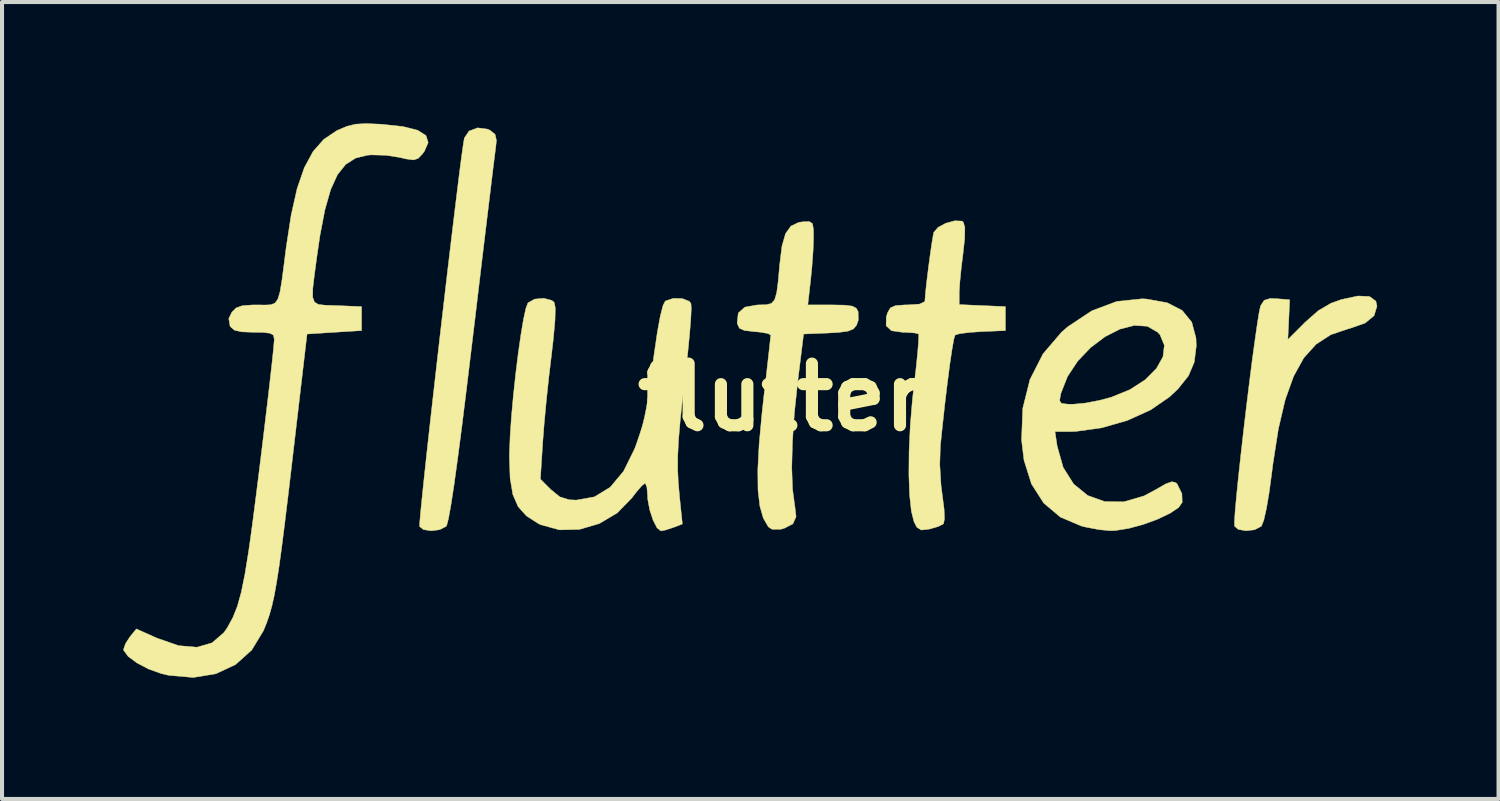
<source format=kicad_pcb>
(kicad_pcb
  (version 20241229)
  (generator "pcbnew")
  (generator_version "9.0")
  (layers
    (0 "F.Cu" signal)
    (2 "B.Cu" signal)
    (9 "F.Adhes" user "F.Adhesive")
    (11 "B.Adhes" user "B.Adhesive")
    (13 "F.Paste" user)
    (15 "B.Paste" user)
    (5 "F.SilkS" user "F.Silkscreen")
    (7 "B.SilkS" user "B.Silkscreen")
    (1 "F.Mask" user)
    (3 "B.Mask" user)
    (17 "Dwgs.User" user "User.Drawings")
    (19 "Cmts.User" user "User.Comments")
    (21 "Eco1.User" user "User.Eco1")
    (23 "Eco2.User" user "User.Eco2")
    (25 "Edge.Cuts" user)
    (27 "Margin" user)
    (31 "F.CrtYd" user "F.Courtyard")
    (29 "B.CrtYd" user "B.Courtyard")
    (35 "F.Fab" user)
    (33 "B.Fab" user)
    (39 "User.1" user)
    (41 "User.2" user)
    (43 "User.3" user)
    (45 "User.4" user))
  (footprint "flutter"
    (layer "F.Cu")
    (at 16.261 6.774)
    (property "Reference" "flutter" (at 0 0 0) (layer "F.SilkS") (effects (font (size 1.524 1.524) (thickness 0.3))))
    (attr through_hole)
    (fp_poly (pts (xy -7.26 -6.632) (xy -7.195 -6.603) (xy -7.072 -6.505) (xy -7.038 -6.354) (xy -7.054 -6.194) (xy -7.072 -6.052) (xy -7.109 -5.759) (xy -7.161 -5.331) (xy -7.227 -4.786) (xy -7.305 -4.14) (xy -7.393 -3.41) (xy -7.488 -2.614) (xy -7.589 -1.767) (xy -7.633 -1.405) (xy -7.771 -0.262) (xy -7.892 0.715) (xy -7.998 1.527) (xy -8.088 2.176) (xy -8.163 2.663) (xy -8.222 2.992) (xy -8.266 3.163) (xy -8.28 3.188) (xy -8.442 3.272) (xy -8.654 3.299) (xy -8.845 3.268) (xy -8.938 3.192) (xy -8.934 3.094) (xy -8.913 2.846) (xy -8.875 2.467) (xy -8.824 1.975) (xy -8.761 1.389) (xy -8.688 0.728) (xy -8.607 0.008) (xy -8.521 -0.75) (xy -8.432 -1.529) (xy -8.341 -2.31) (xy -8.252 -3.074) (xy -8.165 -3.804) (xy -8.084 -4.481) (xy -8.01 -5.085) (xy -7.946 -5.6) (xy -7.893 -6.006) (xy -7.853 -6.285) (xy -7.831 -6.412) (xy -7.715 -6.584) (xy -7.505 -6.663) (xy -7.26 -6.632)) (stroke (width 0.01) (type solid)) (fill yes) (layer "F.SilkS"))
    (fp_poly (pts (xy 14.55 -2.493) (xy 14.704 -2.38) (xy 14.732 -2.255) (xy 14.659 -2.018) (xy 14.437 -1.836) (xy 14.058 -1.704) (xy 14.02 -1.695) (xy 13.591 -1.55) (xy 13.227 -1.314) (xy 12.922 -0.976) (xy 12.67 -0.521) (xy 12.462 0.061) (xy 12.293 0.783) (xy 12.157 1.659) (xy 12.136 1.826) (xy 12.068 2.336) (xy 11.999 2.747) (xy 11.933 3.037) (xy 11.876 3.182) (xy 11.871 3.187) (xy 11.707 3.273) (xy 11.493 3.298) (xy 11.302 3.264) (xy 11.211 3.185) (xy 11.208 3.071) (xy 11.225 2.814) (xy 11.259 2.439) (xy 11.306 1.972) (xy 11.364 1.438) (xy 11.429 0.861) (xy 11.499 0.267) (xy 11.571 -0.319) (xy 11.641 -0.873) (xy 11.708 -1.367) (xy 11.767 -1.779) (xy 11.815 -2.083) (xy 11.851 -2.252) (xy 11.857 -2.27) (xy 11.943 -2.4) (xy 12.089 -2.445) (xy 12.256 -2.439) (xy 12.573 -2.413) (xy 12.551 -1.921) (xy 12.528 -1.429) (xy 12.955 -1.856) (xy 13.281 -2.144) (xy 13.594 -2.327) (xy 13.851 -2.419) (xy 14.264 -2.507) (xy 14.55 -2.493)) (stroke (width 0.01) (type solid)) (fill yes) (layer "F.SilkS"))
    (fp_poly (pts (xy 0.775 -4.296) (xy 0.8 -4.155) (xy 0.802 -3.937) (xy 0.791 -3.627) (xy 0.763 -3.238) (xy 0.73 -2.9) (xy 0.66 -2.286) (xy 1.256 -2.286) (xy 1.574 -2.28) (xy 1.762 -2.256) (xy 1.86 -2.202) (xy 1.904 -2.12) (xy 1.909 -1.912) (xy 1.866 -1.785) (xy 1.79 -1.693) (xy 1.654 -1.637) (xy 1.42 -1.605) (xy 1.166 -1.591) (xy 0.556 -1.566) (xy 0.41 -0.381) (xy 0.328 0.388) (xy 0.28 1.103) (xy 0.264 1.738) (xy 0.282 2.264) (xy 0.334 2.654) (xy 0.337 2.667) (xy 0.37 2.95) (xy 0.291 3.127) (xy 0.079 3.236) (xy -0.006 3.26) (xy -0.223 3.261) (xy -0.315 3.202) (xy -0.44 2.987) (xy -0.525 2.69) (xy -0.571 2.296) (xy -0.576 1.789) (xy -0.543 1.154) (xy -0.471 0.377) (xy -0.425 -0.042) (xy -0.369 -0.518) (xy -0.322 -0.935) (xy -0.285 -1.264) (xy -0.262 -1.475) (xy -0.255 -1.541) (xy -0.33 -1.58) (xy -0.523 -1.613) (xy -0.656 -1.625) (xy -0.905 -1.653) (xy -1.031 -1.709) (xy -1.081 -1.818) (xy -1.086 -1.846) (xy -1.059 -2.085) (xy -0.896 -2.231) (xy -0.591 -2.285) (xy -0.546 -2.286) (xy -0.364 -2.291) (xy -0.24 -2.323) (xy -0.16 -2.413) (xy -0.109 -2.587) (xy -0.071 -2.874) (xy -0.035 -3.285) (xy 0.021 -3.739) (xy 0.109 -4.047) (xy 0.243 -4.235) (xy 0.436 -4.326) (xy 0.55 -4.342) (xy 0.701 -4.345) (xy 0.775 -4.296)) (stroke (width 0.01) (type solid)) (fill yes) (layer "F.SilkS"))
    (fp_poly (pts (xy 4.467 -4.358) (xy 4.504 -4.335) (xy 4.543 -4.201) (xy 4.537 -3.917) (xy 4.497 -3.55) (xy 4.452 -3.184) (xy 4.419 -2.849) (xy 4.403 -2.605) (xy 4.403 -2.573) (xy 4.403 -2.294) (xy 5.546 -2.244) (xy 5.546 -1.651) (xy 4.953 -1.626) (xy 4.65 -1.605) (xy 4.417 -1.575) (xy 4.303 -1.542) (xy 4.302 -1.541) (xy 4.27 -1.436) (xy 4.226 -1.188) (xy 4.171 -0.821) (xy 4.111 -0.358) (xy 4.047 0.173) (xy 3.984 0.751) (xy 3.937 1.204) (xy 3.923 1.661) (xy 3.953 2.166) (xy 3.985 2.415) (xy 4.029 2.756) (xy 4.039 3.005) (xy 4.014 3.127) (xy 4.013 3.128) (xy 3.882 3.194) (xy 3.671 3.255) (xy 3.662 3.257) (xy 3.465 3.28) (xy 3.356 3.212) (xy 3.286 3.076) (xy 3.22 2.814) (xy 3.177 2.415) (xy 3.159 1.909) (xy 3.164 1.328) (xy 3.193 0.702) (xy 3.246 0.062) (xy 3.284 -0.277) (xy 3.336 -0.718) (xy 3.375 -1.096) (xy 3.398 -1.381) (xy 3.403 -1.543) (xy 3.399 -1.568) (xy 3.297 -1.593) (xy 3.089 -1.607) (xy 3.001 -1.609) (xy 2.727 -1.648) (xy 2.596 -1.772) (xy 2.601 -1.993) (xy 2.635 -2.099) (xy 2.702 -2.213) (xy 2.829 -2.269) (xy 3.064 -2.286) (xy 3.13 -2.286) (xy 3.417 -2.305) (xy 3.547 -2.364) (xy 3.556 -2.394) (xy 3.567 -2.556) (xy 3.596 -2.828) (xy 3.637 -3.162) (xy 3.682 -3.505) (xy 3.726 -3.808) (xy 3.762 -4.021) (xy 3.775 -4.08) (xy 3.881 -4.204) (xy 4.076 -4.307) (xy 4.294 -4.366) (xy 4.467 -4.358)) (stroke (width 0.01) (type solid)) (fill yes) (layer "F.SilkS"))
    (fp_poly (pts (xy 9.038 -2.431) (xy 9.546 -2.339) (xy 9.915 -2.15) (xy 10.152 -1.86) (xy 10.257 -1.467) (xy 10.264 -1.268) (xy 10.215 -0.872) (xy 10.072 -0.534) (xy 9.811 -0.207) (xy 9.604 -0.013) (xy 9.139 0.308) (xy 8.562 0.57) (xy 7.926 0.753) (xy 7.284 0.842) (xy 7.099 0.847) (xy 6.771 0.847) (xy 6.825 1.206) (xy 6.974 1.733) (xy 7.233 2.143) (xy 7.582 2.427) (xy 8.002 2.576) (xy 8.472 2.582) (xy 8.972 2.436) (xy 9.259 2.283) (xy 9.509 2.139) (xy 9.663 2.085) (xy 9.76 2.11) (xy 9.786 2.133) (xy 9.909 2.379) (xy 9.916 2.595) (xy 9.828 2.723) (xy 9.612 2.867) (xy 9.308 3.012) (xy 8.956 3.141) (xy 8.595 3.239) (xy 8.263 3.292) (xy 8.134 3.296) (xy 7.862 3.27) (xy 7.539 3.209) (xy 7.426 3.182) (xy 6.905 2.961) (xy 6.492 2.613) (xy 6.19 2.142) (xy 6.005 1.554) (xy 5.944 1.051) (xy 5.975 0.268) (xy 6.022 0.08) (xy 6.885 0.08) (xy 6.93 0.148) (xy 7.083 0.168) (xy 7.228 0.169) (xy 7.51 0.143) (xy 7.866 0.075) (xy 8.164 -0.004) (xy 8.625 -0.192) (xy 9.001 -0.435) (xy 9.278 -0.712) (xy 9.441 -1.004) (xy 9.475 -1.289) (xy 9.367 -1.548) (xy 9.313 -1.609) (xy 9.054 -1.758) (xy 8.734 -1.779) (xy 8.376 -1.687) (xy 8.007 -1.499) (xy 7.651 -1.23) (xy 7.334 -0.898) (xy 7.082 -0.518) (xy 6.919 -0.106) (xy 6.909 -0.064) (xy 6.885 0.08) (xy 6.022 0.08) (xy 6.153 -0.443) (xy 6.474 -1.074) (xy 6.934 -1.613) (xy 7.089 -1.747) (xy 7.683 -2.141) (xy 8.298 -2.372) (xy 8.924 -2.437) (xy 9.038 -2.431)) (stroke (width 0.01) (type solid)) (fill yes) (layer "F.SilkS"))
    (fp_poly (pts (xy -5.669 -2.398) (xy -5.61 -2.349) (xy -5.582 -2.21) (xy -5.59 -1.905) (xy -5.632 -1.436) (xy -5.681 -1.016) (xy -5.745 -0.477) (xy -5.806 0.098) (xy -5.857 0.643) (xy -5.892 1.092) (xy -5.894 1.116) (xy -5.951 2.02) (xy -5.692 2.28) (xy -5.47 2.46) (xy -5.236 2.532) (xy -5.065 2.54) (xy -4.616 2.46) (xy -4.226 2.222) (xy -3.894 1.825) (xy -3.62 1.269) (xy -3.574 1.143) (xy -3.494 0.909) (xy -3.43 0.705) (xy -3.378 0.498) (xy -3.33 0.258) (xy -3.28 -0.049) (xy -3.222 -0.455) (xy -3.15 -0.991) (xy -3.136 -1.092) (xy -3.06 -1.611) (xy -2.987 -2.01) (xy -2.919 -2.273) (xy -2.863 -2.382) (xy -2.664 -2.448) (xy -2.443 -2.443) (xy -2.272 -2.376) (xy -2.228 -2.319) (xy -2.221 -2.194) (xy -2.233 -1.931) (xy -2.263 -1.558) (xy -2.307 -1.107) (xy -2.359 -0.647) (xy -2.439 0.05) (xy -2.498 0.61) (xy -2.536 1.065) (xy -2.555 1.444) (xy -2.557 1.779) (xy -2.542 2.101) (xy -2.512 2.44) (xy -2.509 2.476) (xy -2.441 3.131) (xy -2.665 3.217) (xy -2.858 3.28) (xy -2.973 3.302) (xy -3.067 3.227) (xy -3.165 3.036) (xy -3.248 2.783) (xy -3.297 2.519) (xy -3.302 2.416) (xy -3.318 2.22) (xy -3.357 2.124) (xy -3.365 2.122) (xy -3.447 2.188) (xy -3.587 2.351) (xy -3.686 2.482) (xy -4.049 2.856) (xy -4.494 3.12) (xy -4.983 3.264) (xy -5.479 3.276) (xy -5.945 3.148) (xy -6.006 3.118) (xy -6.297 2.93) (xy -6.502 2.701) (xy -6.632 2.401) (xy -6.7 2) (xy -6.717 1.469) (xy -6.715 1.355) (xy -6.699 0.947) (xy -6.666 0.469) (xy -6.619 -0.049) (xy -6.562 -0.578) (xy -6.499 -1.088) (xy -6.433 -1.549) (xy -6.369 -1.931) (xy -6.309 -2.203) (xy -6.259 -2.336) (xy -6.094 -2.429) (xy -5.868 -2.45) (xy -5.669 -2.398)) (stroke (width 0.01) (type solid)) (fill yes) (layer "F.SilkS"))
    (fp_poly (pts (xy -9.888 -6.753) (xy -9.877 -6.752) (xy -9.35 -6.696) (xy -8.986 -6.604) (xy -8.779 -6.473) (xy -8.725 -6.299) (xy -8.821 -6.08) (xy -8.87 -6.015) (xy -8.974 -5.907) (xy -9.088 -5.87) (xy -9.273 -5.895) (xy -9.423 -5.931) (xy -9.767 -5.985) (xy -10.131 -5.995) (xy -10.225 -5.988) (xy -10.52 -5.915) (xy -10.765 -5.759) (xy -10.968 -5.505) (xy -11.136 -5.137) (xy -11.278 -4.64) (xy -11.401 -3.999) (xy -11.475 -3.494) (xy -11.539 -3.021) (xy -11.578 -2.692) (xy -11.581 -2.478) (xy -11.537 -2.356) (xy -11.437 -2.297) (xy -11.27 -2.278) (xy -11.025 -2.27) (xy -10.986 -2.269) (xy -10.372 -2.244) (xy -10.372 -1.651) (xy -11.046 -1.609) (xy -11.72 -1.566) (xy -12.072 1.441) (xy -12.177 2.334) (xy -12.267 3.076) (xy -12.344 3.687) (xy -12.412 4.182) (xy -12.474 4.581) (xy -12.532 4.902) (xy -12.59 5.161) (xy -12.651 5.378) (xy -12.717 5.57) (xy -12.792 5.754) (xy -12.797 5.768) (xy -13.088 6.247) (xy -13.486 6.605) (xy -13.973 6.833) (xy -14.531 6.925) (xy -15.142 6.872) (xy -15.33 6.827) (xy -15.641 6.715) (xy -15.926 6.565) (xy -16.144 6.403) (xy -16.251 6.257) (xy -16.256 6.227) (xy -16.206 6.084) (xy -16.098 5.919) (xy -15.94 5.724) (xy -15.431 5.952) (xy -14.896 6.138) (xy -14.443 6.177) (xy -14.069 6.069) (xy -13.773 5.813) (xy -13.693 5.697) (xy -13.555 5.445) (xy -13.443 5.166) (xy -13.348 4.823) (xy -13.258 4.383) (xy -13.165 3.81) (xy -13.118 3.48) (xy -13.059 3.044) (xy -12.992 2.526) (xy -12.92 1.955) (xy -12.846 1.354) (xy -12.773 0.752) (xy -12.704 0.173) (xy -12.642 -0.356) (xy -12.591 -0.809) (xy -12.554 -1.159) (xy -12.534 -1.382) (xy -12.531 -1.439) (xy -12.549 -1.534) (xy -12.63 -1.585) (xy -12.813 -1.606) (xy -13.036 -1.609) (xy -13.338 -1.62) (xy -13.515 -1.661) (xy -13.611 -1.743) (xy -13.624 -1.765) (xy -13.655 -1.949) (xy -13.58 -2.104) (xy -13.476 -2.21) (xy -13.322 -2.266) (xy -13.067 -2.285) (xy -12.951 -2.286) (xy -12.756 -2.283) (xy -12.615 -2.29) (xy -12.514 -2.33) (xy -12.443 -2.426) (xy -12.39 -2.601) (xy -12.343 -2.879) (xy -12.29 -3.283) (xy -12.237 -3.701) (xy -12.113 -4.507) (xy -11.966 -5.161) (xy -11.787 -5.68) (xy -11.57 -6.08) (xy -11.307 -6.378) (xy -10.991 -6.591) (xy -10.959 -6.606) (xy -10.732 -6.703) (xy -10.518 -6.755) (xy -10.256 -6.769) (xy -9.888 -6.753)) (stroke (width 0.01) (type solid)) (fill yes) (layer "F.SilkS")))
  (gr_rect
    (start -3 -3)
    (end 33.998 16.703)
    (stroke (width 0.1) (type default))
    (fill no)
    (layer "Edge.Cuts")))
</source>
